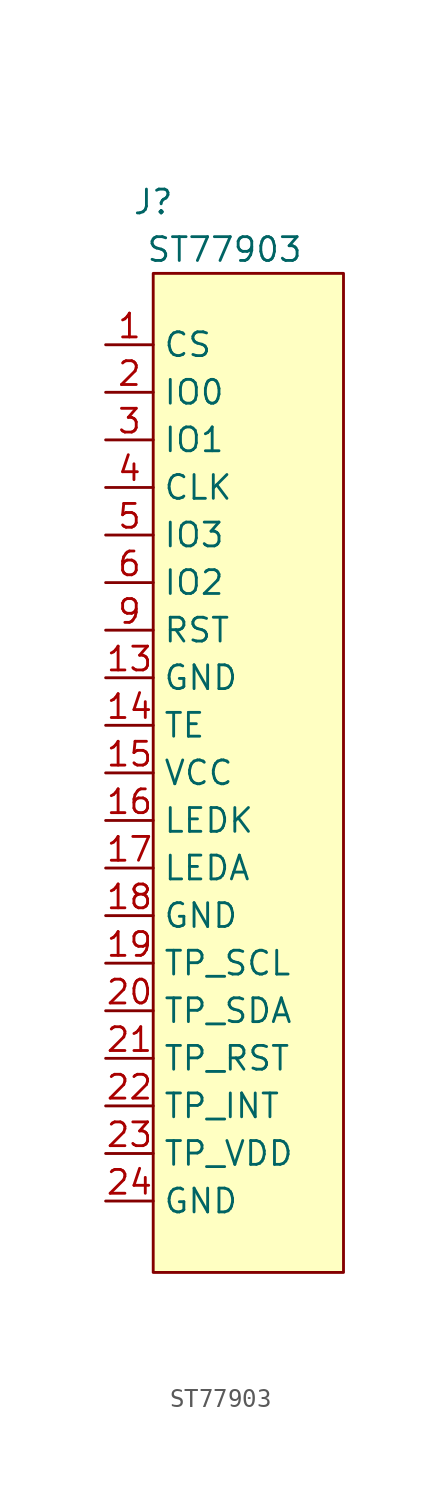
<source format=kicad_sym>
(kicad_symbol_lib
  (version 20220914)
  (generator kicad_symbol_editor)
  (symbol "ST77903"
    (property "Reference" "J"
      (at -5.08 30.48 0)
      (effects (font (size 1.27 1.27))))
    (property "Value" "ST77903"
      (at -1.27 27.94 0)
      (effects (font (size 1.27 1.27))))
    (symbol "ST77903_0_1"
      (rectangle (start -5.08 26.67) (end 5.08 -26.67) (stroke (width 0) (type default)) (fill (type background))))
    (symbol "ST77903_1_0"
      (pin input line (at -7.62 22.86 0) (length 2.54) (name "CS" (effects (font (size 1.27 1.27)))) (number "1" (effects (font (size 1.27 1.27)))))
      (pin power_in line (at -7.62 5.08 0) (length 2.54) (name "GND" (effects (font (size 1.27 1.27)))) (number "13" (effects (font (size 1.27 1.27)))))
      (pin output line (at -7.62 2.54 0) (length 2.54) (name "TE" (effects (font (size 1.27 1.27)))) (number "14" (effects (font (size 1.27 1.27)))))
      (pin power_in line (at -7.62 0 0) (length 2.54) (name "VCC" (effects (font (size 1.27 1.27)))) (number "15" (effects (font (size 1.27 1.27)))))
      (pin power_in line (at -7.62 -2.54 0) (length 2.54) (name "LEDK" (effects (font (size 1.27 1.27)))) (number "16" (effects (font (size 1.27 1.27)))))
      (pin power_in line (at -7.62 -5.08 0) (length 2.54) (name "LEDA" (effects (font (size 1.27 1.27)))) (number "17" (effects (font (size 1.27 1.27)))))
      (pin power_in line (at -7.62 -7.62 0) (length 2.54) (name "GND" (effects (font (size 1.27 1.27)))) (number "18" (effects (font (size 1.27 1.27)))))
      (pin input line (at -7.62 -10.16 0) (length 2.54) (name "TP_SCL" (effects (font (size 1.27 1.27)))) (number "19" (effects (font (size 1.27 1.27)))))
      (pin bidirectional line (at -7.62 20.32 0) (length 2.54) (name "IO0" (effects (font (size 1.27 1.27)))) (number "2" (effects (font (size 1.27 1.27)))))
      (pin open_collector line (at -7.62 -12.7 0) (length 2.54) (name "TP_SDA" (effects (font (size 1.27 1.27)))) (number "20" (effects (font (size 1.27 1.27)))))
      (pin input line (at -7.62 -15.24 0) (length 2.54) (name "TP_RST" (effects (font (size 1.27 1.27)))) (number "21" (effects (font (size 1.27 1.27)))))
      (pin output line (at -7.62 -17.78 0) (length 2.54) (name "TP_INT" (effects (font (size 1.27 1.27)))) (number "22" (effects (font (size 1.27 1.27)))))
      (pin power_in line (at -7.62 -20.32 0) (length 2.54) (name "TP_VDD" (effects (font (size 1.27 1.27)))) (number "23" (effects (font (size 1.27 1.27)))))
      (pin power_in line (at -7.62 -22.86 0) (length 2.54) (name "GND" (effects (font (size 1.27 1.27)))) (number "24" (effects (font (size 1.27 1.27)))))
      (pin bidirectional line (at -7.62 17.78 0) (length 2.54) (name "IO1" (effects (font (size 1.27 1.27)))) (number "3" (effects (font (size 1.27 1.27)))))
      (pin input line (at -7.62 15.24 0) (length 2.54) (name "CLK" (effects (font (size 1.27 1.27)))) (number "4" (effects (font (size 1.27 1.27)))))
      (pin bidirectional line (at -7.62 12.7 0) (length 2.54) (name "IO3" (effects (font (size 1.27 1.27)))) (number "5" (effects (font (size 1.27 1.27)))))
      (pin bidirectional line (at -7.62 10.16 0) (length 2.54) (name "IO2" (effects (font (size 1.27 1.27)))) (number "6" (effects (font (size 1.27 1.27)))))
      (pin input line (at -7.62 7.62 0) (length 2.54) (name "RST" (effects (font (size 1.27 1.27)))) (number "9" (effects (font (size 1.27 1.27))))))))
</source>
